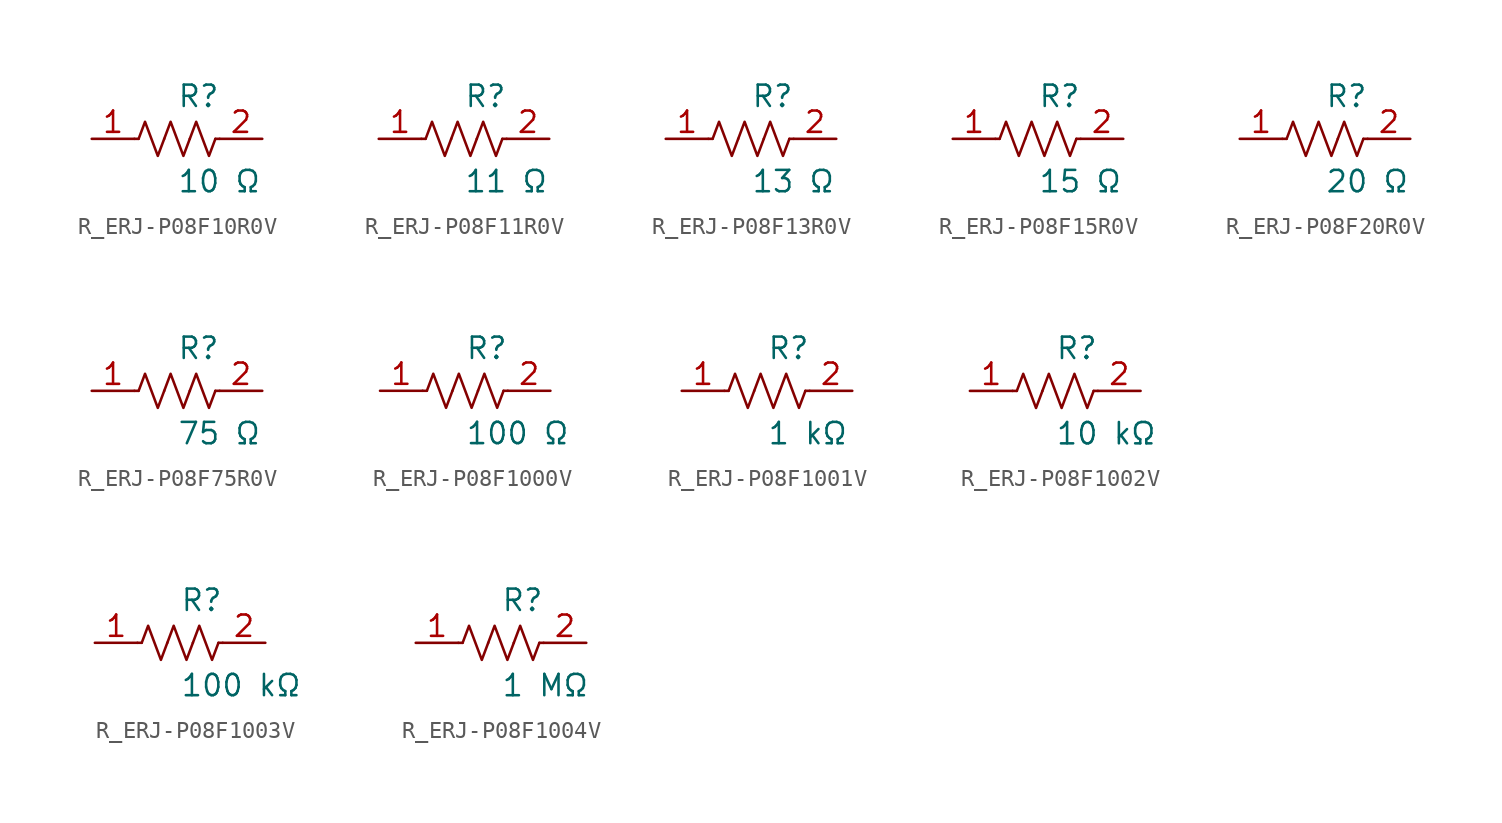
<source format=kicad_sym>
(kicad_symbol_lib
  (version 20231120)
  (generator kicad_symbol_editor)
  (generator_version 8.0)
  (symbol "R_ERJ-P08F10R0V"
    (pin_names
      (offset 0.254))
    (property "Reference" "R"
      (at 0.0 2.54 0)
      (effects (font (size 1.27 1.27)) (justify left)))
    (property "Value" "10 Ω"
      (at 0.0 -2.54 0)
      (effects (font (size 1.27 1.27)) (justify left)))
    (symbol "R_ERJ-P08F10R0V_0_1"
      (polyline (pts (xy 2.286 0) (xy 2.54 0)) (stroke (width 0) (type default)) (fill (type none)))
      (polyline (pts (xy -2.286 0) (xy -2.54 0)) (stroke (width 0) (type default)) (fill (type none)))
      (polyline (pts (xy 0.762 0) (xy 1.143 1.016) (xy 1.524 0) (xy 1.905 -1.016) (xy 2.286 0)) (stroke (width 0) (type default)) (fill (type none)))
      (polyline (pts (xy -0.762 0) (xy -0.381 1.016) (xy 0 0) (xy 0.381 -1.016) (xy 0.762 0)) (stroke (width 0) (type default)) (fill (type none)))
      (polyline (pts (xy -2.286 0) (xy -1.905 1.016) (xy -1.524 0) (xy -1.143 -1.016) (xy -0.762 0)) (stroke (width 0) (type default)) (fill (type none))))
    (pin unspecified line
      (at -5.08 0 0)
      (length 2.54)
      (name "" (effects (font (size 1.27 1.27))))
      (number "1" (effects (font (size 1.27 1.27)))))
    (pin unspecified line
      (at 5.08 0 180)
      (length 2.54)
      (name "" (effects (font (size 1.27 1.27))))
      (number "2" (effects (font (size 1.27 1.27))))))
  (symbol "R_ERJ-P08F11R0V"
    (pin_names
      (offset 0.254))
    (property "Reference" "R"
      (at 0.0 2.54 0)
      (effects (font (size 1.27 1.27)) (justify left)))
    (property "Value" "11 Ω"
      (at 0.0 -2.54 0)
      (effects (font (size 1.27 1.27)) (justify left)))
    (symbol "R_ERJ-P08F11R0V_0_1"
      (polyline (pts (xy 2.286 0) (xy 2.54 0)) (stroke (width 0) (type default)) (fill (type none)))
      (polyline (pts (xy -2.286 0) (xy -2.54 0)) (stroke (width 0) (type default)) (fill (type none)))
      (polyline (pts (xy 0.762 0) (xy 1.143 1.016) (xy 1.524 0) (xy 1.905 -1.016) (xy 2.286 0)) (stroke (width 0) (type default)) (fill (type none)))
      (polyline (pts (xy -0.762 0) (xy -0.381 1.016) (xy 0 0) (xy 0.381 -1.016) (xy 0.762 0)) (stroke (width 0) (type default)) (fill (type none)))
      (polyline (pts (xy -2.286 0) (xy -1.905 1.016) (xy -1.524 0) (xy -1.143 -1.016) (xy -0.762 0)) (stroke (width 0) (type default)) (fill (type none))))
    (pin unspecified line
      (at -5.08 0 0)
      (length 2.54)
      (name "" (effects (font (size 1.27 1.27))))
      (number "1" (effects (font (size 1.27 1.27)))))
    (pin unspecified line
      (at 5.08 0 180)
      (length 2.54)
      (name "" (effects (font (size 1.27 1.27))))
      (number "2" (effects (font (size 1.27 1.27))))))
  (symbol "R_ERJ-P08F13R0V"
    (pin_names
      (offset 0.254))
    (property "Reference" "R"
      (at 0.0 2.54 0)
      (effects (font (size 1.27 1.27)) (justify left)))
    (property "Value" "13 Ω"
      (at 0.0 -2.54 0)
      (effects (font (size 1.27 1.27)) (justify left)))
    (symbol "R_ERJ-P08F13R0V_0_1"
      (polyline (pts (xy 2.286 0) (xy 2.54 0)) (stroke (width 0) (type default)) (fill (type none)))
      (polyline (pts (xy -2.286 0) (xy -2.54 0)) (stroke (width 0) (type default)) (fill (type none)))
      (polyline (pts (xy 0.762 0) (xy 1.143 1.016) (xy 1.524 0) (xy 1.905 -1.016) (xy 2.286 0)) (stroke (width 0) (type default)) (fill (type none)))
      (polyline (pts (xy -0.762 0) (xy -0.381 1.016) (xy 0 0) (xy 0.381 -1.016) (xy 0.762 0)) (stroke (width 0) (type default)) (fill (type none)))
      (polyline (pts (xy -2.286 0) (xy -1.905 1.016) (xy -1.524 0) (xy -1.143 -1.016) (xy -0.762 0)) (stroke (width 0) (type default)) (fill (type none))))
    (pin unspecified line
      (at -5.08 0 0)
      (length 2.54)
      (name "" (effects (font (size 1.27 1.27))))
      (number "1" (effects (font (size 1.27 1.27)))))
    (pin unspecified line
      (at 5.08 0 180)
      (length 2.54)
      (name "" (effects (font (size 1.27 1.27))))
      (number "2" (effects (font (size 1.27 1.27))))))
  (symbol "R_ERJ-P08F15R0V"
    (pin_names
      (offset 0.254))
    (property "Reference" "R"
      (at 0.0 2.54 0)
      (effects (font (size 1.27 1.27)) (justify left)))
    (property "Value" "15 Ω"
      (at 0.0 -2.54 0)
      (effects (font (size 1.27 1.27)) (justify left)))
    (symbol "R_ERJ-P08F15R0V_0_1"
      (polyline (pts (xy 2.286 0) (xy 2.54 0)) (stroke (width 0) (type default)) (fill (type none)))
      (polyline (pts (xy -2.286 0) (xy -2.54 0)) (stroke (width 0) (type default)) (fill (type none)))
      (polyline (pts (xy 0.762 0) (xy 1.143 1.016) (xy 1.524 0) (xy 1.905 -1.016) (xy 2.286 0)) (stroke (width 0) (type default)) (fill (type none)))
      (polyline (pts (xy -0.762 0) (xy -0.381 1.016) (xy 0 0) (xy 0.381 -1.016) (xy 0.762 0)) (stroke (width 0) (type default)) (fill (type none)))
      (polyline (pts (xy -2.286 0) (xy -1.905 1.016) (xy -1.524 0) (xy -1.143 -1.016) (xy -0.762 0)) (stroke (width 0) (type default)) (fill (type none))))
    (pin unspecified line
      (at -5.08 0 0)
      (length 2.54)
      (name "" (effects (font (size 1.27 1.27))))
      (number "1" (effects (font (size 1.27 1.27)))))
    (pin unspecified line
      (at 5.08 0 180)
      (length 2.54)
      (name "" (effects (font (size 1.27 1.27))))
      (number "2" (effects (font (size 1.27 1.27))))))
  (symbol "R_ERJ-P08F20R0V"
    (pin_names
      (offset 0.254))
    (property "Reference" "R"
      (at 0.0 2.54 0)
      (effects (font (size 1.27 1.27)) (justify left)))
    (property "Value" "20 Ω"
      (at 0.0 -2.54 0)
      (effects (font (size 1.27 1.27)) (justify left)))
    (symbol "R_ERJ-P08F20R0V_0_1"
      (polyline (pts (xy 2.286 0) (xy 2.54 0)) (stroke (width 0) (type default)) (fill (type none)))
      (polyline (pts (xy -2.286 0) (xy -2.54 0)) (stroke (width 0) (type default)) (fill (type none)))
      (polyline (pts (xy 0.762 0) (xy 1.143 1.016) (xy 1.524 0) (xy 1.905 -1.016) (xy 2.286 0)) (stroke (width 0) (type default)) (fill (type none)))
      (polyline (pts (xy -0.762 0) (xy -0.381 1.016) (xy 0 0) (xy 0.381 -1.016) (xy 0.762 0)) (stroke (width 0) (type default)) (fill (type none)))
      (polyline (pts (xy -2.286 0) (xy -1.905 1.016) (xy -1.524 0) (xy -1.143 -1.016) (xy -0.762 0)) (stroke (width 0) (type default)) (fill (type none))))
    (pin unspecified line
      (at -5.08 0 0)
      (length 2.54)
      (name "" (effects (font (size 1.27 1.27))))
      (number "1" (effects (font (size 1.27 1.27)))))
    (pin unspecified line
      (at 5.08 0 180)
      (length 2.54)
      (name "" (effects (font (size 1.27 1.27))))
      (number "2" (effects (font (size 1.27 1.27))))))
  (symbol "R_ERJ-P08F75R0V"
    (pin_names
      (offset 0.254))
    (property "Reference" "R"
      (at 0.0 2.54 0)
      (effects (font (size 1.27 1.27)) (justify left)))
    (property "Value" "75 Ω"
      (at 0.0 -2.54 0)
      (effects (font (size 1.27 1.27)) (justify left)))
    (symbol "R_ERJ-P08F75R0V_0_1"
      (polyline (pts (xy 2.286 0) (xy 2.54 0)) (stroke (width 0) (type default)) (fill (type none)))
      (polyline (pts (xy -2.286 0) (xy -2.54 0)) (stroke (width 0) (type default)) (fill (type none)))
      (polyline (pts (xy 0.762 0) (xy 1.143 1.016) (xy 1.524 0) (xy 1.905 -1.016) (xy 2.286 0)) (stroke (width 0) (type default)) (fill (type none)))
      (polyline (pts (xy -0.762 0) (xy -0.381 1.016) (xy 0 0) (xy 0.381 -1.016) (xy 0.762 0)) (stroke (width 0) (type default)) (fill (type none)))
      (polyline (pts (xy -2.286 0) (xy -1.905 1.016) (xy -1.524 0) (xy -1.143 -1.016) (xy -0.762 0)) (stroke (width 0) (type default)) (fill (type none))))
    (pin unspecified line
      (at -5.08 0 0)
      (length 2.54)
      (name "" (effects (font (size 1.27 1.27))))
      (number "1" (effects (font (size 1.27 1.27)))))
    (pin unspecified line
      (at 5.08 0 180)
      (length 2.54)
      (name "" (effects (font (size 1.27 1.27))))
      (number "2" (effects (font (size 1.27 1.27))))))
  (symbol "R_ERJ-P08F1000V"
    (pin_names
      (offset 0.254))
    (property "Reference" "R"
      (at 0.0 2.54 0)
      (effects (font (size 1.27 1.27)) (justify left)))
    (property "Value" "100 Ω"
      (at 0.0 -2.54 0)
      (effects (font (size 1.27 1.27)) (justify left)))
    (symbol "R_ERJ-P08F1000V_0_1"
      (polyline (pts (xy 2.286 0) (xy 2.54 0)) (stroke (width 0) (type default)) (fill (type none)))
      (polyline (pts (xy -2.286 0) (xy -2.54 0)) (stroke (width 0) (type default)) (fill (type none)))
      (polyline (pts (xy 0.762 0) (xy 1.143 1.016) (xy 1.524 0) (xy 1.905 -1.016) (xy 2.286 0)) (stroke (width 0) (type default)) (fill (type none)))
      (polyline (pts (xy -0.762 0) (xy -0.381 1.016) (xy 0 0) (xy 0.381 -1.016) (xy 0.762 0)) (stroke (width 0) (type default)) (fill (type none)))
      (polyline (pts (xy -2.286 0) (xy -1.905 1.016) (xy -1.524 0) (xy -1.143 -1.016) (xy -0.762 0)) (stroke (width 0) (type default)) (fill (type none))))
    (pin unspecified line
      (at -5.08 0 0)
      (length 2.54)
      (name "" (effects (font (size 1.27 1.27))))
      (number "1" (effects (font (size 1.27 1.27)))))
    (pin unspecified line
      (at 5.08 0 180)
      (length 2.54)
      (name "" (effects (font (size 1.27 1.27))))
      (number "2" (effects (font (size 1.27 1.27))))))
  (symbol "R_ERJ-P08F1001V"
    (pin_names
      (offset 0.254))
    (property "Reference" "R"
      (at 0.0 2.54 0)
      (effects (font (size 1.27 1.27)) (justify left)))
    (property "Value" "1 kΩ"
      (at 0.0 -2.54 0)
      (effects (font (size 1.27 1.27)) (justify left)))
    (symbol "R_ERJ-P08F1001V_0_1"
      (polyline (pts (xy 2.286 0) (xy 2.54 0)) (stroke (width 0) (type default)) (fill (type none)))
      (polyline (pts (xy -2.286 0) (xy -2.54 0)) (stroke (width 0) (type default)) (fill (type none)))
      (polyline (pts (xy 0.762 0) (xy 1.143 1.016) (xy 1.524 0) (xy 1.905 -1.016) (xy 2.286 0)) (stroke (width 0) (type default)) (fill (type none)))
      (polyline (pts (xy -0.762 0) (xy -0.381 1.016) (xy 0 0) (xy 0.381 -1.016) (xy 0.762 0)) (stroke (width 0) (type default)) (fill (type none)))
      (polyline (pts (xy -2.286 0) (xy -1.905 1.016) (xy -1.524 0) (xy -1.143 -1.016) (xy -0.762 0)) (stroke (width 0) (type default)) (fill (type none))))
    (pin unspecified line
      (at -5.08 0 0)
      (length 2.54)
      (name "" (effects (font (size 1.27 1.27))))
      (number "1" (effects (font (size 1.27 1.27)))))
    (pin unspecified line
      (at 5.08 0 180)
      (length 2.54)
      (name "" (effects (font (size 1.27 1.27))))
      (number "2" (effects (font (size 1.27 1.27))))))
  (symbol "R_ERJ-P08F1002V"
    (pin_names
      (offset 0.254))
    (property "Reference" "R"
      (at 0.0 2.54 0)
      (effects (font (size 1.27 1.27)) (justify left)))
    (property "Value" "10 kΩ"
      (at 0.0 -2.54 0)
      (effects (font (size 1.27 1.27)) (justify left)))
    (symbol "R_ERJ-P08F1002V_0_1"
      (polyline (pts (xy 2.286 0) (xy 2.54 0)) (stroke (width 0) (type default)) (fill (type none)))
      (polyline (pts (xy -2.286 0) (xy -2.54 0)) (stroke (width 0) (type default)) (fill (type none)))
      (polyline (pts (xy 0.762 0) (xy 1.143 1.016) (xy 1.524 0) (xy 1.905 -1.016) (xy 2.286 0)) (stroke (width 0) (type default)) (fill (type none)))
      (polyline (pts (xy -0.762 0) (xy -0.381 1.016) (xy 0 0) (xy 0.381 -1.016) (xy 0.762 0)) (stroke (width 0) (type default)) (fill (type none)))
      (polyline (pts (xy -2.286 0) (xy -1.905 1.016) (xy -1.524 0) (xy -1.143 -1.016) (xy -0.762 0)) (stroke (width 0) (type default)) (fill (type none))))
    (pin unspecified line
      (at -5.08 0 0)
      (length 2.54)
      (name "" (effects (font (size 1.27 1.27))))
      (number "1" (effects (font (size 1.27 1.27)))))
    (pin unspecified line
      (at 5.08 0 180)
      (length 2.54)
      (name "" (effects (font (size 1.27 1.27))))
      (number "2" (effects (font (size 1.27 1.27))))))
  (symbol "R_ERJ-P08F1003V"
    (pin_names
      (offset 0.254))
    (property "Reference" "R"
      (at 0.0 2.54 0)
      (effects (font (size 1.27 1.27)) (justify left)))
    (property "Value" "100 kΩ"
      (at 0.0 -2.54 0)
      (effects (font (size 1.27 1.27)) (justify left)))
    (symbol "R_ERJ-P08F1003V_0_1"
      (polyline (pts (xy 2.286 0) (xy 2.54 0)) (stroke (width 0) (type default)) (fill (type none)))
      (polyline (pts (xy -2.286 0) (xy -2.54 0)) (stroke (width 0) (type default)) (fill (type none)))
      (polyline (pts (xy 0.762 0) (xy 1.143 1.016) (xy 1.524 0) (xy 1.905 -1.016) (xy 2.286 0)) (stroke (width 0) (type default)) (fill (type none)))
      (polyline (pts (xy -0.762 0) (xy -0.381 1.016) (xy 0 0) (xy 0.381 -1.016) (xy 0.762 0)) (stroke (width 0) (type default)) (fill (type none)))
      (polyline (pts (xy -2.286 0) (xy -1.905 1.016) (xy -1.524 0) (xy -1.143 -1.016) (xy -0.762 0)) (stroke (width 0) (type default)) (fill (type none))))
    (pin unspecified line
      (at -5.08 0 0)
      (length 2.54)
      (name "" (effects (font (size 1.27 1.27))))
      (number "1" (effects (font (size 1.27 1.27)))))
    (pin unspecified line
      (at 5.08 0 180)
      (length 2.54)
      (name "" (effects (font (size 1.27 1.27))))
      (number "2" (effects (font (size 1.27 1.27))))))
  (symbol "R_ERJ-P08F1004V"
    (pin_names
      (offset 0.254))
    (property "Reference" "R"
      (at 0.0 2.54 0)
      (effects (font (size 1.27 1.27)) (justify left)))
    (property "Value" "1 MΩ"
      (at 0.0 -2.54 0)
      (effects (font (size 1.27 1.27)) (justify left)))
    (symbol "R_ERJ-P08F1004V_0_1"
      (polyline (pts (xy 2.286 0) (xy 2.54 0)) (stroke (width 0) (type default)) (fill (type none)))
      (polyline (pts (xy -2.286 0) (xy -2.54 0)) (stroke (width 0) (type default)) (fill (type none)))
      (polyline (pts (xy 0.762 0) (xy 1.143 1.016) (xy 1.524 0) (xy 1.905 -1.016) (xy 2.286 0)) (stroke (width 0) (type default)) (fill (type none)))
      (polyline (pts (xy -0.762 0) (xy -0.381 1.016) (xy 0 0) (xy 0.381 -1.016) (xy 0.762 0)) (stroke (width 0) (type default)) (fill (type none)))
      (polyline (pts (xy -2.286 0) (xy -1.905 1.016) (xy -1.524 0) (xy -1.143 -1.016) (xy -0.762 0)) (stroke (width 0) (type default)) (fill (type none))))
    (pin unspecified line
      (at -5.08 0 0)
      (length 2.54)
      (name "" (effects (font (size 1.27 1.27))))
      (number "1" (effects (font (size 1.27 1.27)))))
    (pin unspecified line
      (at 5.08 0 180)
      (length 2.54)
      (name "" (effects (font (size 1.27 1.27))))
      (number "2" (effects (font (size 1.27 1.27)))))))
</source>
